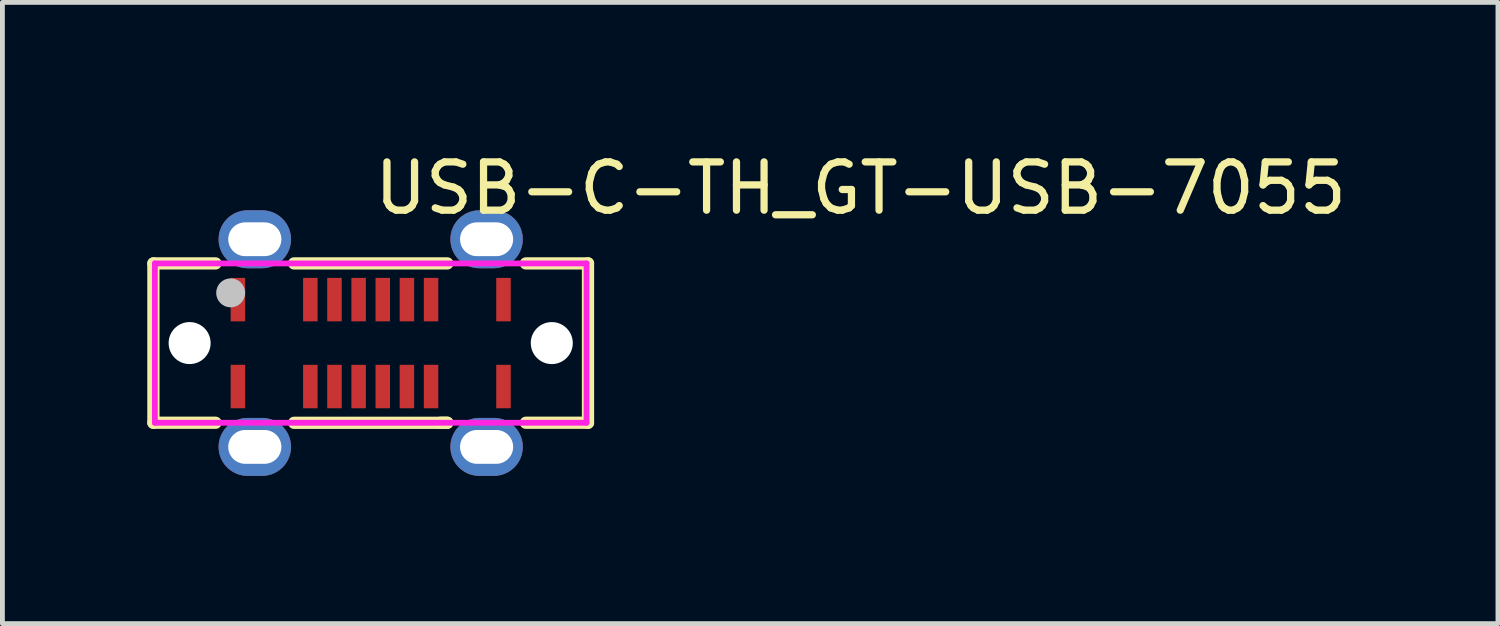
<source format=kicad_pcb>
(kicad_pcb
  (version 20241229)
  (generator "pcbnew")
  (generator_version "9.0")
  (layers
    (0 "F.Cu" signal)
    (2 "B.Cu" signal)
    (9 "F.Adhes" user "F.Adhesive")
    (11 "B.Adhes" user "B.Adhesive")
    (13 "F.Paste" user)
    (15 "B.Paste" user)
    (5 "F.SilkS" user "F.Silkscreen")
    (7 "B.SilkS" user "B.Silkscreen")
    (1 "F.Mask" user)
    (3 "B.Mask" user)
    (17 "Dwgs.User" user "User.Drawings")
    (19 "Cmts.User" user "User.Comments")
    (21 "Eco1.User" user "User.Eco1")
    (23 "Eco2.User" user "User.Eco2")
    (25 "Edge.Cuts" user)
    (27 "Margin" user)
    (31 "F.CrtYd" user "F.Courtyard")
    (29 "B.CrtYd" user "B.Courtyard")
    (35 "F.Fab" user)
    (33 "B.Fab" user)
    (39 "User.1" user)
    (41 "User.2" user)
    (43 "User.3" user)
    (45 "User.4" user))
  (footprint "USB-C-TH_GT-USB-7055"
    (layer "F.Cu")
    (at 4.627 4.055)
    (property "Reference" "USB-C-TH_GT-USB-7055" (at 0 -3.207 0) (layer "F.SilkS") (effects (font (size 1 1) (thickness 0.15)) (justify left)))
    (attr through_hole)
    (fp_line (start -4.5 -1.65) (end -3.213 -1.65) (stroke (width 0.254) (type solid)) (layer "F.SilkS"))
    (fp_line (start -4.5 1.65) (end -4.5 -1.65) (stroke (width 0.254) (type solid)) (layer "F.SilkS"))
    (fp_line (start -3.213 1.65) (end -4.5 1.65) (stroke (width 0.254) (type solid)) (layer "F.SilkS"))
    (fp_line (start -1.587 -1.65) (end 1.587 -1.65) (stroke (width 0.254) (type solid)) (layer "F.SilkS"))
    (fp_line (start 1.586 1.651) (end -1.586 1.651) (stroke (width 0.254) (type solid)) (layer "F.SilkS"))
    (fp_line (start 1.587 1.65) (end 1.446 1.65) (stroke (width 0.254) (type solid)) (layer "F.SilkS"))
    (fp_line (start 3.213 -1.65) (end 4.5 -1.65) (stroke (width 0.254) (type solid)) (layer "F.SilkS"))
    (fp_line (start 4.5 -1.65) (end 4.5 1.65) (stroke (width 0.254) (type solid)) (layer "F.SilkS"))
    (fp_line (start 4.5 1.65) (end 3.213 1.65) (stroke (width 0.254) (type solid)) (layer "F.SilkS"))
    (fp_poly (pts (xy -2.898 -1.35) (xy -2.598 -1.35) (xy -2.598 -0.45) (xy -2.898 -0.45)) (stroke (width 0.12) (type solid)) (fill yes) (layer "F.Paste"))
    (fp_poly (pts (xy -2.898 0.45) (xy -2.598 0.45) (xy -2.598 1.35) (xy -2.898 1.35)) (stroke (width 0.12) (type solid)) (fill yes) (layer "F.Paste"))
    (fp_poly (pts (xy -1.398 -1.35) (xy -1.098 -1.35) (xy -1.098 -0.45) (xy -1.398 -0.45)) (stroke (width 0.12) (type solid)) (fill yes) (layer "F.Paste"))
    (fp_poly (pts (xy -1.398 0.45) (xy -1.098 0.45) (xy -1.098 1.35) (xy -1.398 1.35)) (stroke (width 0.12) (type solid)) (fill yes) (layer "F.Paste"))
    (fp_poly (pts (xy -0.898 -1.35) (xy -0.598 -1.35) (xy -0.598 -0.45) (xy -0.898 -0.45)) (stroke (width 0.12) (type solid)) (fill yes) (layer "F.Paste"))
    (fp_poly (pts (xy -0.898 0.45) (xy -0.598 0.45) (xy -0.598 1.35) (xy -0.898 1.35)) (stroke (width 0.12) (type solid)) (fill yes) (layer "F.Paste"))
    (fp_poly (pts (xy -0.398 -1.35) (xy -0.098 -1.35) (xy -0.098 -0.45) (xy -0.398 -0.45)) (stroke (width 0.12) (type solid)) (fill yes) (layer "F.Paste"))
    (fp_poly (pts (xy -0.398 0.45) (xy -0.098 0.45) (xy -0.098 1.35) (xy -0.398 1.35)) (stroke (width 0.12) (type solid)) (fill yes) (layer "F.Paste"))
    (fp_poly (pts (xy 0.102 -1.35) (xy 0.402 -1.35) (xy 0.402 -0.45) (xy 0.102 -0.45)) (stroke (width 0.12) (type solid)) (fill yes) (layer "F.Paste"))
    (fp_poly (pts (xy 0.102 0.45) (xy 0.402 0.45) (xy 0.402 1.35) (xy 0.102 1.35)) (stroke (width 0.12) (type solid)) (fill yes) (layer "F.Paste"))
    (fp_poly (pts (xy 0.602 -1.35) (xy 0.902 -1.35) (xy 0.902 -0.45) (xy 0.602 -0.45)) (stroke (width 0.12) (type solid)) (fill yes) (layer "F.Paste"))
    (fp_poly (pts (xy 0.602 0.45) (xy 0.902 0.45) (xy 0.902 1.35) (xy 0.602 1.35)) (stroke (width 0.12) (type solid)) (fill yes) (layer "F.Paste"))
    (fp_poly (pts (xy 1.102 -1.35) (xy 1.402 -1.35) (xy 1.402 -0.45) (xy 1.102 -0.45)) (stroke (width 0.12) (type solid)) (fill yes) (layer "F.Paste"))
    (fp_poly (pts (xy 1.102 0.45) (xy 1.402 0.45) (xy 1.402 1.35) (xy 1.102 1.35)) (stroke (width 0.12) (type solid)) (fill yes) (layer "F.Paste"))
    (fp_poly (pts (xy 2.602 -1.35) (xy 2.902 -1.35) (xy 2.902 -0.45) (xy 2.602 -0.45)) (stroke (width 0.12) (type solid)) (fill yes) (layer "F.Paste"))
    (fp_poly (pts (xy 2.602 0.45) (xy 2.902 0.45) (xy 2.902 1.35) (xy 2.602 1.35)) (stroke (width 0.12) (type solid)) (fill yes) (layer "F.Paste"))
    (fp_poly (pts (xy -2.55 -1.55) (xy -2.667 -1.562) (xy -2.779 -1.596) (xy -2.883 -1.651) (xy -2.974 -1.726) (xy -3.049 -1.817) (xy -3.104 -1.92) (xy -3.138 -2.033) (xy -3.15 -2.15) (xy -3.138 -2.267) (xy -3.104 -2.38) (xy -3.049 -2.483) (xy -2.974 -2.574) (xy -2.883 -2.649) (xy -2.779 -2.704) (xy -2.667 -2.739) (xy -2.55 -2.75) (xy -2.25 -2.75) (xy -2.133 -2.739) (xy -2.02 -2.704) (xy -1.917 -2.649) (xy -1.826 -2.574) (xy -1.751 -2.483) (xy -1.696 -2.38) (xy -1.661 -2.267) (xy -1.65 -2.15) (xy -1.661 -2.033) (xy -1.696 -1.92) (xy -1.751 -1.817) (xy -1.826 -1.726) (xy -1.917 -1.651) (xy -2.02 -1.596) (xy -2.133 -1.562) (xy -2.25 -1.55)) (stroke (width 0.12) (type solid)) (fill yes) (layer "F.Paste"))
    (fp_poly (pts (xy -2.55 2.75) (xy -2.667 2.739) (xy -2.779 2.705) (xy -2.883 2.649) (xy -2.974 2.574) (xy -3.049 2.484) (xy -3.104 2.38) (xy -3.138 2.267) (xy -3.15 2.15) (xy -3.138 2.033) (xy -3.104 1.921) (xy -3.049 1.817) (xy -2.974 1.726) (xy -2.883 1.651) (xy -2.779 1.596) (xy -2.667 1.562) (xy -2.55 1.55) (xy -2.25 1.55) (xy -2.133 1.562) (xy -2.02 1.596) (xy -1.917 1.651) (xy -1.826 1.726) (xy -1.751 1.817) (xy -1.696 1.921) (xy -1.661 2.033) (xy -1.65 2.15) (xy -1.661 2.267) (xy -1.696 2.38) (xy -1.751 2.484) (xy -1.826 2.574) (xy -1.917 2.649) (xy -2.02 2.705) (xy -2.133 2.739) (xy -2.25 2.75)) (stroke (width 0.12) (type solid)) (fill yes) (layer "F.Paste"))
    (fp_poly (pts (xy 2.25 -1.55) (xy 2.133 -1.562) (xy 2.021 -1.596) (xy 1.917 -1.651) (xy 1.826 -1.726) (xy 1.751 -1.817) (xy 1.696 -1.92) (xy 1.662 -2.033) (xy 1.65 -2.15) (xy 1.662 -2.267) (xy 1.696 -2.38) (xy 1.751 -2.483) (xy 1.826 -2.574) (xy 1.917 -2.649) (xy 2.021 -2.704) (xy 2.133 -2.739) (xy 2.25 -2.75) (xy 2.55 -2.75) (xy 2.667 -2.739) (xy 2.78 -2.704) (xy 2.884 -2.649) (xy 2.974 -2.574) (xy 3.049 -2.483) (xy 3.105 -2.38) (xy 3.139 -2.267) (xy 3.15 -2.15) (xy 3.139 -2.033) (xy 3.105 -1.92) (xy 3.049 -1.817) (xy 2.974 -1.726) (xy 2.884 -1.651) (xy 2.78 -1.596) (xy 2.667 -1.562) (xy 2.55 -1.55)) (stroke (width 0.12) (type solid)) (fill yes) (layer "F.Paste"))
    (fp_poly (pts (xy 2.25 2.75) (xy 2.133 2.739) (xy 2.021 2.705) (xy 1.917 2.649) (xy 1.826 2.574) (xy 1.751 2.484) (xy 1.696 2.38) (xy 1.662 2.267) (xy 1.65 2.15) (xy 1.662 2.033) (xy 1.696 1.921) (xy 1.751 1.817) (xy 1.826 1.726) (xy 1.917 1.651) (xy 2.021 1.596) (xy 2.133 1.562) (xy 2.25 1.55) (xy 2.55 1.55) (xy 2.667 1.562) (xy 2.78 1.596) (xy 2.884 1.651) (xy 2.974 1.726) (xy 3.049 1.817) (xy 3.105 1.921) (xy 3.139 2.033) (xy 3.15 2.15) (xy 3.139 2.267) (xy 3.105 2.38) (xy 3.049 2.484) (xy 2.974 2.574) (xy 2.884 2.649) (xy 2.78 2.705) (xy 2.667 2.739) (xy 2.55 2.75)) (stroke (width 0.12) (type solid)) (fill yes) (layer "F.Paste"))
    (fp_circle (center -2.9 -1.04) (end -2.75 -1.04) (stroke (width 0.3) (type solid)) (fill no) (layer "Dwgs.User"))
    (fp_line (start -2.75 -2.3) (end -2.75 -1.62) (stroke (width 0.12) (type solid)) (layer "Eco2.User"))
    (fp_line (start -2.75 -1.62) (end -2.05 -1.62) (stroke (width 0.12) (type solid)) (layer "Eco2.User"))
    (fp_line (start -2.75 1.62) (end -2.75 2.3) (stroke (width 0.12) (type solid)) (layer "Eco2.User"))
    (fp_line (start -2.75 2.3) (end -2.05 2.3) (stroke (width 0.12) (type solid)) (layer "Eco2.User"))
    (fp_line (start -2.05 -2.3) (end -2.75 -2.3) (stroke (width 0.12) (type solid)) (layer "Eco2.User"))
    (fp_line (start -2.05 -1.62) (end -2.05 -2.3) (stroke (width 0.12) (type solid)) (layer "Eco2.User"))
    (fp_line (start -2.05 1.62) (end -2.75 1.62) (stroke (width 0.12) (type solid)) (layer "Eco2.User"))
    (fp_line (start -2.05 2.3) (end -2.05 1.62) (stroke (width 0.12) (type solid)) (layer "Eco2.User"))
    (fp_line (start 2.05 -2.3) (end 2.05 -1.62) (stroke (width 0.12) (type solid)) (layer "Eco2.User"))
    (fp_line (start 2.05 -1.62) (end 2.75 -1.62) (stroke (width 0.12) (type solid)) (layer "Eco2.User"))
    (fp_line (start 2.05 1.62) (end 2.05 2.3) (stroke (width 0.12) (type solid)) (layer "Eco2.User"))
    (fp_line (start 2.05 2.3) (end 2.75 2.3) (stroke (width 0.12) (type solid)) (layer "Eco2.User"))
    (fp_line (start 2.75 -2.3) (end 2.05 -2.3) (stroke (width 0.12) (type solid)) (layer "Eco2.User"))
    (fp_line (start 2.75 -1.62) (end 2.75 -2.3) (stroke (width 0.12) (type solid)) (layer "Eco2.User"))
    (fp_line (start 2.75 1.62) (end 2.05 1.62) (stroke (width 0.12) (type solid)) (layer "Eco2.User"))
    (fp_line (start 2.75 2.3) (end 2.75 1.62) (stroke (width 0.12) (type solid)) (layer "Eco2.User"))
    (fp_circle (center -4.47 -2.3) (end -4.44 -2.3) (stroke (width 0.06) (type solid)) (fill no) (layer "Eco2.User"))
    (fp_poly (pts (xy -2.9 -1.335) (xy -2.6 -1.335) (xy -2.6 -0.465) (xy -2.9 -0.465)) (stroke (width 0.12) (type solid)) (fill no) (layer "Eco2.User"))
    (fp_poly (pts (xy -2.9 0.465) (xy -2.6 0.465) (xy -2.6 1.335) (xy -2.9 1.335)) (stroke (width 0.12) (type solid)) (fill no) (layer "Eco2.User"))
    (fp_poly (pts (xy -2.75 -2.3) (xy -2.05 -2.3) (xy -2.05 -2.1) (xy -2.75 -2.1)) (stroke (width 0.12) (type solid)) (fill no) (layer "Eco2.User"))
    (fp_poly (pts (xy -2.75 2.1) (xy -2.05 2.1) (xy -2.05 2.3) (xy -2.75 2.3)) (stroke (width 0.12) (type solid)) (fill no) (layer "Eco2.User"))
    (fp_poly (pts (xy -1.4 -1.335) (xy -1.1 -1.335) (xy -1.1 -0.465) (xy -1.4 -0.465)) (stroke (width 0.12) (type solid)) (fill no) (layer "Eco2.User"))
    (fp_poly (pts (xy -1.4 0.465) (xy -1.1 0.465) (xy -1.1 1.335) (xy -1.4 1.335)) (stroke (width 0.12) (type solid)) (fill no) (layer "Eco2.User"))
    (fp_poly (pts (xy -0.9 -1.335) (xy -0.6 -1.335) (xy -0.6 -0.465) (xy -0.9 -0.465)) (stroke (width 0.12) (type solid)) (fill no) (layer "Eco2.User"))
    (fp_poly (pts (xy -0.9 0.465) (xy -0.6 0.465) (xy -0.6 1.335) (xy -0.9 1.335)) (stroke (width 0.12) (type solid)) (fill no) (layer "Eco2.User"))
    (fp_poly (pts (xy -0.4 -1.335) (xy -0.1 -1.335) (xy -0.1 -0.465) (xy -0.4 -0.465)) (stroke (width 0.12) (type solid)) (fill no) (layer "Eco2.User"))
    (fp_poly (pts (xy -0.4 0.465) (xy -0.1 0.465) (xy -0.1 1.335) (xy -0.4 1.335)) (stroke (width 0.12) (type solid)) (fill no) (layer "Eco2.User"))
    (fp_poly (pts (xy 0.1 -1.335) (xy 0.4 -1.335) (xy 0.4 -0.465) (xy 0.1 -0.465)) (stroke (width 0.12) (type solid)) (fill no) (layer "Eco2.User"))
    (fp_poly (pts (xy 0.1 0.465) (xy 0.4 0.465) (xy 0.4 1.335) (xy 0.1 1.335)) (stroke (width 0.12) (type solid)) (fill no) (layer "Eco2.User"))
    (fp_poly (pts (xy 0.6 -1.335) (xy 0.9 -1.335) (xy 0.9 -0.465) (xy 0.6 -0.465)) (stroke (width 0.12) (type solid)) (fill no) (layer "Eco2.User"))
    (fp_poly (pts (xy 0.6 0.465) (xy 0.9 0.465) (xy 0.9 1.335) (xy 0.6 1.335)) (stroke (width 0.12) (type solid)) (fill no) (layer "Eco2.User"))
    (fp_poly (pts (xy 1.1 -1.335) (xy 1.4 -1.335) (xy 1.4 -0.465) (xy 1.1 -0.465)) (stroke (width 0.12) (type solid)) (fill no) (layer "Eco2.User"))
    (fp_poly (pts (xy 1.1 0.465) (xy 1.4 0.465) (xy 1.4 1.335) (xy 1.1 1.335)) (stroke (width 0.12) (type solid)) (fill no) (layer "Eco2.User"))
    (fp_poly (pts (xy 2.05 -2.3) (xy 2.75 -2.3) (xy 2.75 -2.1) (xy 2.05 -2.1)) (stroke (width 0.12) (type solid)) (fill no) (layer "Eco2.User"))
    (fp_poly (pts (xy 2.05 2.1) (xy 2.75 2.1) (xy 2.75 2.3) (xy 2.05 2.3)) (stroke (width 0.12) (type solid)) (fill no) (layer "Eco2.User"))
    (fp_poly (pts (xy 2.6 -1.335) (xy 2.9 -1.335) (xy 2.9 -0.465) (xy 2.6 -0.465)) (stroke (width 0.12) (type solid)) (fill no) (layer "Eco2.User"))
    (fp_poly (pts (xy 2.6 0.465) (xy 2.9 0.465) (xy 2.9 1.335) (xy 2.6 1.335)) (stroke (width 0.12) (type solid)) (fill no) (layer "Eco2.User"))
    (fp_line (start -4.47 -1.65) (end 4.47 -1.65) (stroke (width 0.12) (type solid)) (layer "F.CrtYd"))
    (fp_line (start -4.47 1.65) (end -4.47 -1.65) (stroke (width 0.12) (type solid)) (layer "F.CrtYd"))
    (fp_line (start 4.47 -1.65) (end 4.47 1.65) (stroke (width 0.12) (type solid)) (layer "F.CrtYd"))
    (fp_line (start 4.47 1.65) (end -4.47 1.65) (stroke (width 0.12) (type solid)) (layer "F.CrtYd"))
    (pad "" np_thru_hole circle (at -3.75 0) (size 0.87 0.87) (drill 0.87) (layers "*.Cu" "*.Mask"))
    (pad "" np_thru_hole circle (at 3.75 0) (size 0.87 0.87) (drill 0.87) (layers "*.Cu" "*.Mask"))
    (pad "1" smd rect (at -2.75 -0.9) (size 0.3 0.9) (layers "F.Cu" "F.Mask" "F.Paste"))
    (pad "2" smd rect (at -1.25 -0.9) (size 0.3 0.9) (layers "F.Cu" "F.Mask" "F.Paste"))
    (pad "3" smd rect (at -0.75 -0.9) (size 0.3 0.9) (layers "F.Cu" "F.Mask" "F.Paste"))
    (pad "4" smd rect (at -0.25 -0.9) (size 0.3 0.9) (layers "F.Cu" "F.Mask" "F.Paste"))
    (pad "5" smd rect (at 0.25 -0.9) (size 0.3 0.9) (layers "F.Cu" "F.Mask" "F.Paste"))
    (pad "6" smd rect (at 0.75 -0.9) (size 0.3 0.9) (layers "F.Cu" "F.Mask" "F.Paste"))
    (pad "7" smd rect (at 1.25 -0.9) (size 0.3 0.9) (layers "F.Cu" "F.Mask" "F.Paste"))
    (pad "8" smd rect (at 2.75 -0.9) (size 0.3 0.9) (layers "F.Cu" "F.Mask" "F.Paste"))
    (pad "9" smd rect (at 2.75 0.9) (size 0.3 0.9) (layers "F.Cu" "F.Mask" "F.Paste"))
    (pad "10" smd rect (at 1.25 0.9) (size 0.3 0.9) (layers "F.Cu" "F.Mask" "F.Paste"))
    (pad "11" smd rect (at 0.75 0.9) (size 0.3 0.9) (layers "F.Cu" "F.Mask" "F.Paste"))
    (pad "12" smd rect (at 0.25 0.9) (size 0.3 0.9) (layers "F.Cu" "F.Mask" "F.Paste"))
    (pad "13" smd rect (at -0.25 0.9) (size 0.3 0.9) (layers "F.Cu" "F.Mask" "F.Paste"))
    (pad "14" smd rect (at -0.75 0.9) (size 0.3 0.9) (layers "F.Cu" "F.Mask" "F.Paste"))
    (pad "15" smd rect (at -1.25 0.9) (size 0.3 0.9) (layers "F.Cu" "F.Mask" "F.Paste"))
    (pad "16" smd rect (at -2.75 0.9) (size 0.3 0.9) (layers "F.Cu" "F.Mask" "F.Paste"))
    (pad "17" thru_hole oval (at -2.4 -2.15) (size 1.5 1.2) (drill oval 1.1 0.7) (layers "*.Cu" "*.Mask"))
    (pad "17" thru_hole oval (at -2.4 2.15) (size 1.5 1.2) (drill oval 1.1 0.7) (layers "*.Cu" "*.Mask"))
    (pad "17" thru_hole oval (at 2.4 -2.15) (size 1.5 1.2) (drill oval 1.1 0.7) (layers "*.Cu" "*.Mask"))
    (pad "17" thru_hole oval (at 2.4 2.15) (size 1.5 1.2) (drill oval 1.1 0.7) (layers "*.Cu" "*.Mask")))
  (gr_rect
    (start -3 -3)
    (end 27.972 9.865)
    (stroke (width 0.1) (type default))
    (fill no)
    (layer "Edge.Cuts")))
</source>
